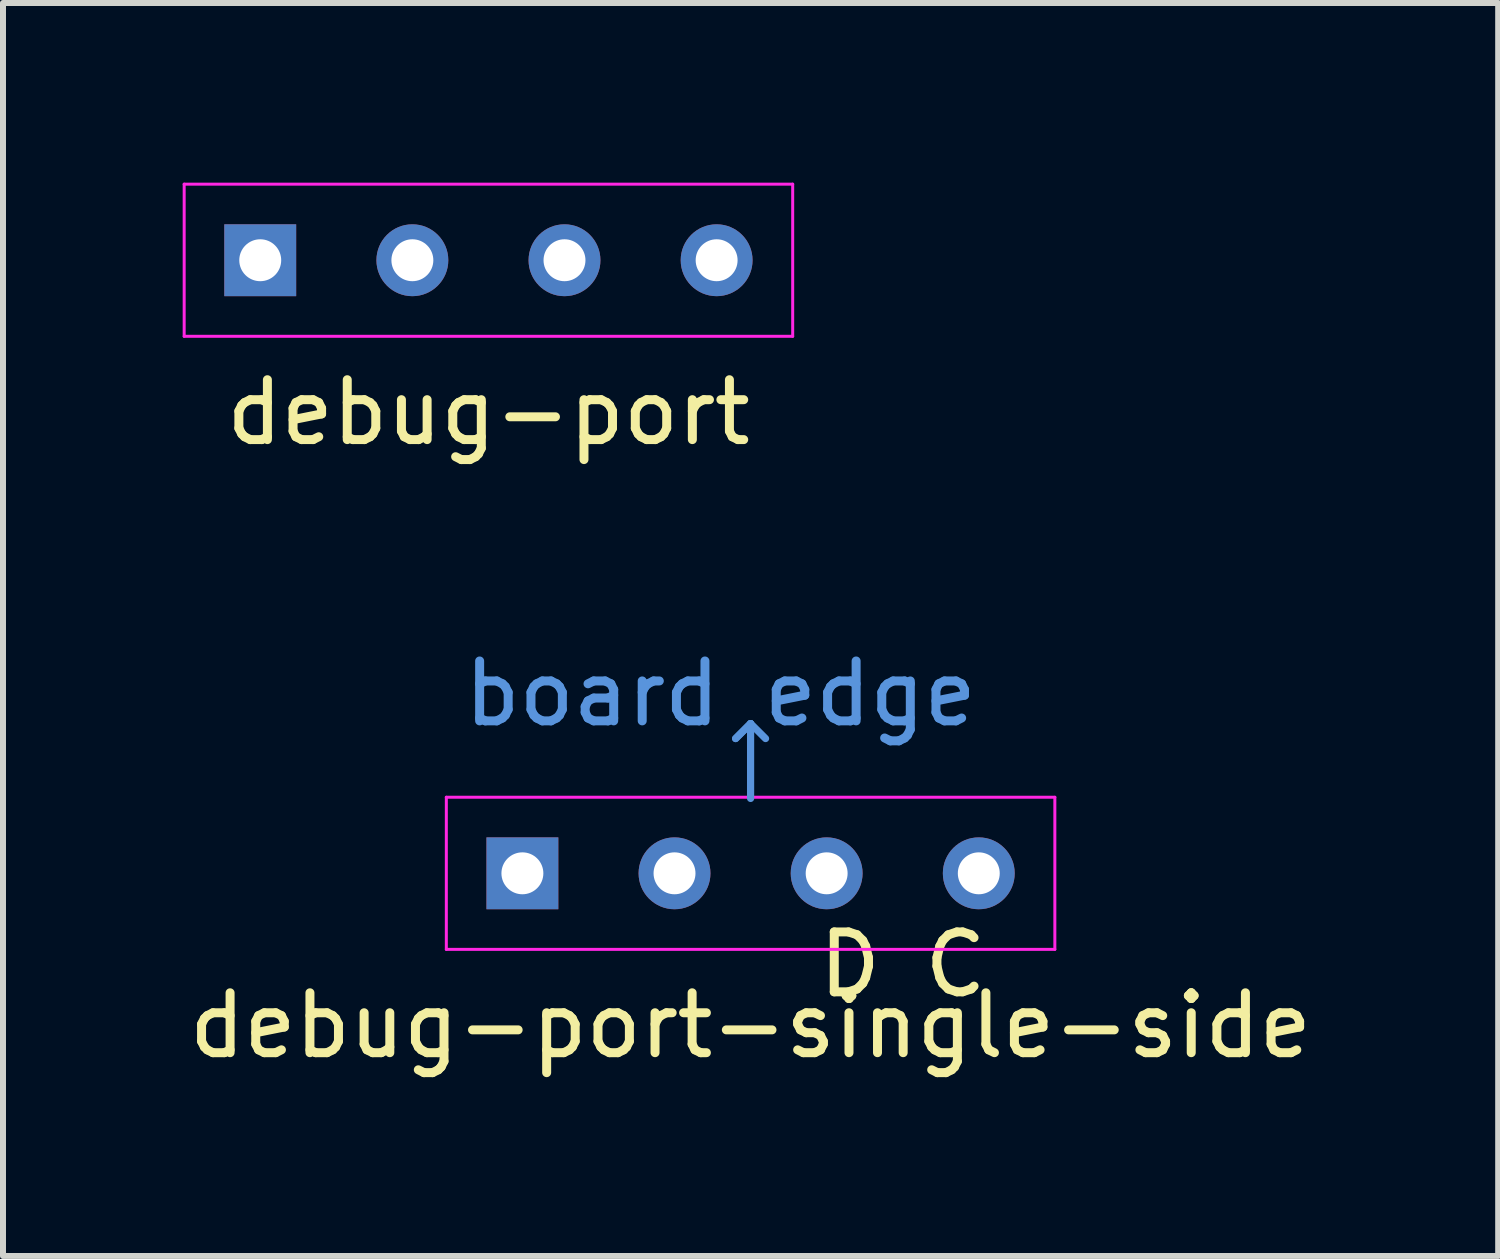
<source format=kicad_pcb>
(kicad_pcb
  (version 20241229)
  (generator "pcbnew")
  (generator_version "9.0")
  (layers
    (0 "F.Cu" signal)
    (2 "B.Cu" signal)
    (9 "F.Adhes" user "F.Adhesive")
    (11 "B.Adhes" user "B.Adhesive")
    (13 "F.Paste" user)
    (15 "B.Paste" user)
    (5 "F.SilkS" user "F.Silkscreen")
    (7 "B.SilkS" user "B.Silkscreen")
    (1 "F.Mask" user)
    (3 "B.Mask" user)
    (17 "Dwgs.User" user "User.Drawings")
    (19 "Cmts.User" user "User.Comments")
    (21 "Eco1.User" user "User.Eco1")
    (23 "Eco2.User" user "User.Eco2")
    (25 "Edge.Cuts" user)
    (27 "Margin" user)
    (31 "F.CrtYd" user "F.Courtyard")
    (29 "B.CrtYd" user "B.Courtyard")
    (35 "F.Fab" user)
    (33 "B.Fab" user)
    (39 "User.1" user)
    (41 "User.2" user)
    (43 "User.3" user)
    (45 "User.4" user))
  (footprint "debug-port-single-side"
    (layer "F.Cu")
    (at 9.482 11.531)
    (property "Reference" "debug-port-single-side" (at 0 2.54 0) (layer "F.SilkS") (effects (font (size 1 1) (thickness 0.15))))
    (attr through_hole exclude_from_pos_files exclude_from_bom)
    (fp_line (start -0.25 -2.25) (end 0 -2.5) (stroke (width 0.12) (type solid)) (layer "Cmts.User"))
    (fp_line (start 0 -2.5) (end -0.25 -2.25) (stroke (width 0.12) (type solid)) (layer "Cmts.User"))
    (fp_line (start 0 -2.5) (end 0.25 -2.25) (stroke (width 0.12) (type solid)) (layer "Cmts.User"))
    (fp_line (start 0 -1.25) (end 0 -2.5) (stroke (width 0.12) (type solid)) (layer "Cmts.User"))
    (fp_line (start -5.08 -1.27) (end -5.08 1.27) (stroke (width 0.05) (type solid)) (layer "F.CrtYd"))
    (fp_line (start -5.08 1.27) (end 5.08 1.27) (stroke (width 0.05) (type solid)) (layer "F.CrtYd"))
    (fp_line (start 5.08 -1.27) (end -5.08 -1.27) (stroke (width 0.05) (type solid)) (layer "F.CrtYd"))
    (fp_line (start 5.08 1.27) (end 5.08 -1.27) (stroke (width 0.05) (type solid)) (layer "F.CrtYd"))
    (fp_text user "D C" (at 2.54 1.524 0) (unlocked yes) (layer "F.SilkS") (effects (font (size 1 1) (thickness 0.15))))
    (fp_text user "board edge" (at -0.5 -3 0) (unlocked yes) (layer "Cmts.User") (effects (font (size 1 1) (thickness 0.15))))
    (pad "1" thru_hole rect (at -3.81 0 90) (size 1.2 1.2) (drill 0.7) (layers "*.Cu" "F.Mask"))
    (pad "2" thru_hole oval (at -1.27 0 90) (size 1.2 1.2) (drill 0.7) (layers "*.Cu" "F.Mask"))
    (pad "3" thru_hole oval (at 1.27 0 90) (size 1.2 1.2) (drill 0.7) (layers "*.Cu" "F.Mask"))
    (pad "4" thru_hole oval (at 3.81 0 90) (size 1.2 1.2) (drill 0.7) (layers "*.Cu" "F.Mask")))
  (footprint "debug-port"
    (layer "F.Cu")
    (at 5.105 1.295)
    (property "Reference" "debug-port" (at 0 2.54 0) (layer "F.SilkS") (effects (font (size 1 1) (thickness 0.15))))
    (attr through_hole)
    (fp_line (start -5.08 -1.27) (end -5.08 1.27) (stroke (width 0.05) (type solid)) (layer "F.CrtYd"))
    (fp_line (start -5.08 1.27) (end 5.08 1.27) (stroke (width 0.05) (type solid)) (layer "F.CrtYd"))
    (fp_line (start 5.08 -1.27) (end -5.08 -1.27) (stroke (width 0.05) (type solid)) (layer "F.CrtYd"))
    (fp_line (start 5.08 1.27) (end 5.08 -1.27) (stroke (width 0.05) (type solid)) (layer "F.CrtYd"))
    (pad "1" thru_hole rect (at -3.81 0 90) (size 1.2 1.2) (drill 0.7) (layers "*.Cu" "*.Mask"))
    (pad "2" thru_hole oval (at -1.27 0 90) (size 1.2 1.2) (drill 0.7) (layers "*.Cu" "*.Mask"))
    (pad "3" thru_hole oval (at 1.27 0 90) (size 1.2 1.2) (drill 0.7) (layers "*.Cu" "*.Mask"))
    (pad "4" thru_hole oval (at 3.81 0 90) (size 1.2 1.2) (drill 0.7) (layers "*.Cu" "*.Mask")))
  (gr_rect
    (start -3 -3)
    (end 21.964 17.92)
    (stroke (width 0.1) (type default))
    (fill no)
    (layer "Edge.Cuts")))
</source>
